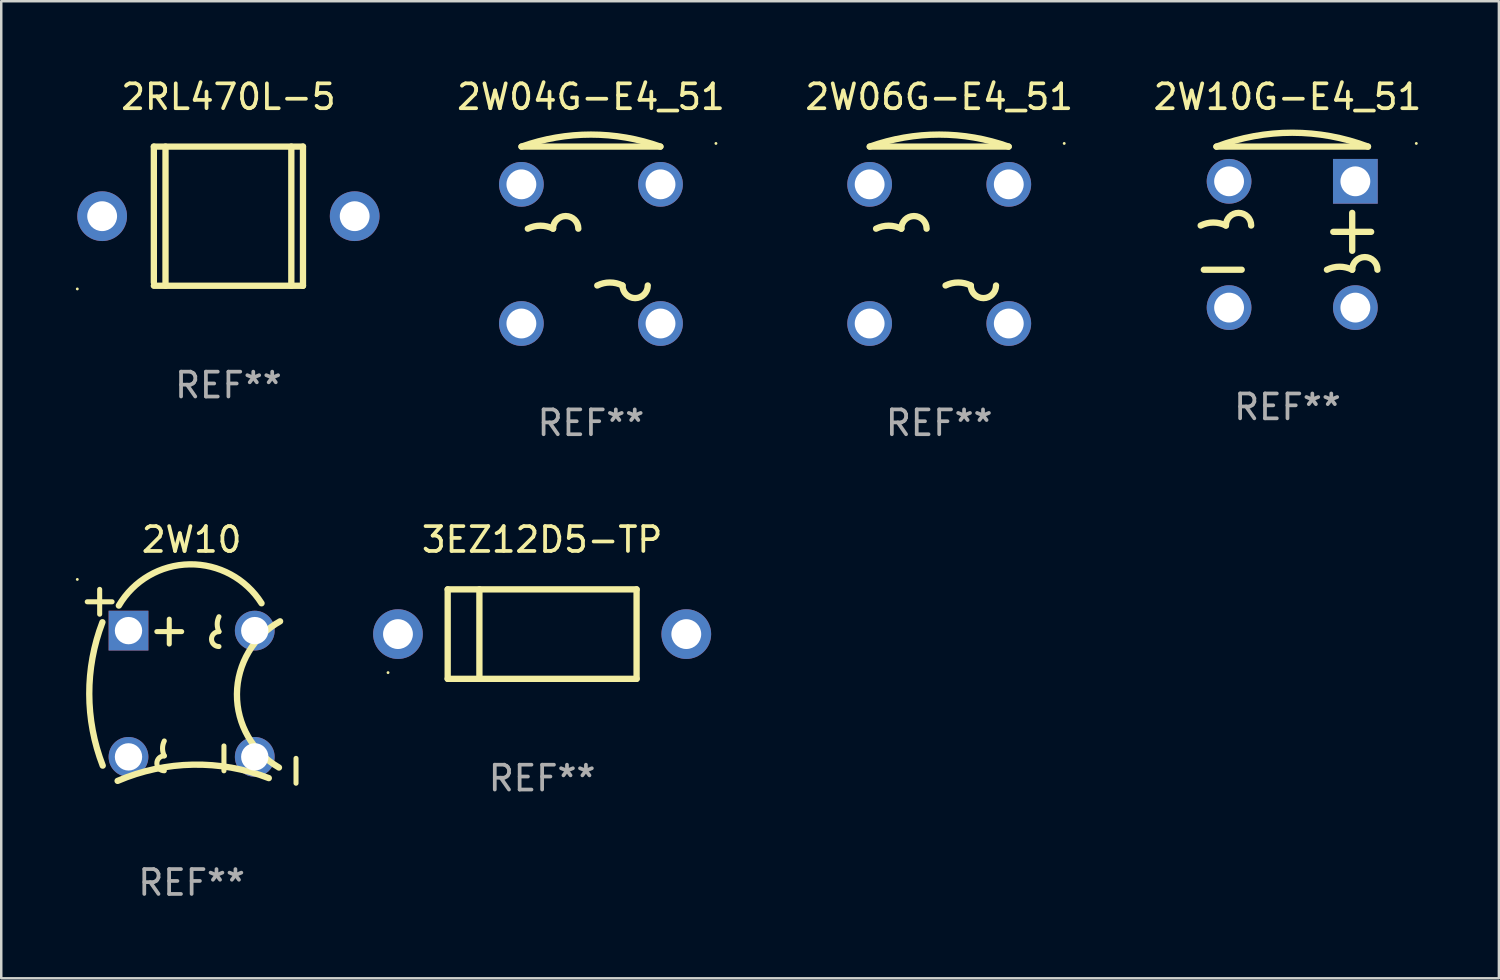
<source format=kicad_pcb>
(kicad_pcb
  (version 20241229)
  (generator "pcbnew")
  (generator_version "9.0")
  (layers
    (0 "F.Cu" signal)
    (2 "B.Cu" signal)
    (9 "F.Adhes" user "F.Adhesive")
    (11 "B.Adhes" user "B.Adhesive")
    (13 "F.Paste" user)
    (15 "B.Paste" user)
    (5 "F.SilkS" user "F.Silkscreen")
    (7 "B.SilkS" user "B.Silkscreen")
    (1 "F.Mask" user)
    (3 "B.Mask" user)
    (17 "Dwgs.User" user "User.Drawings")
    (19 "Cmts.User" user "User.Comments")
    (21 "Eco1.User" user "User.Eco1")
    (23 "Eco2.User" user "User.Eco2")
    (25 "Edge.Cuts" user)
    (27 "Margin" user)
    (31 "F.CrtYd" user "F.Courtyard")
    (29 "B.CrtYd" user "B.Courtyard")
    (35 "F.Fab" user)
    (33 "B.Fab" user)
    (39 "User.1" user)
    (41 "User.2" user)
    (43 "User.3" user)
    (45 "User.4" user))
  (footprint "2W10"
    (layer "F.Cu")
    (at 4.66 24.562)
    (property "Reference" "2W10" (at 0 -5.9 0) (layer "F.SilkS") (effects (font (size 1 1) (thickness 0.15))))
    (attr through_hole)
    (fp_line (start -4.2 -3.4) (end -3.2 -3.4) (stroke (width 0.203) (type solid)) (layer "F.SilkS"))
    (fp_line (start -3.7 -2.9) (end -3.7 -3.9) (stroke (width 0.203) (type solid)) (layer "F.SilkS"))
    (fp_line (start -1.4 -2.2) (end -0.4 -2.2) (stroke (width 0.203) (type solid)) (layer "F.SilkS"))
    (fp_line (start -0.9 -1.7) (end -0.9 -2.7) (stroke (width 0.203) (type solid)) (layer "F.SilkS"))
    (fp_line (start 1.3 3.4) (end 1.3 2.4) (stroke (width 0.203) (type solid)) (layer "F.SilkS"))
    (fp_line (start 4.2 3.9) (end 4.2 2.9) (stroke (width 0.203) (type solid)) (layer "F.SilkS"))
    (fp_arc (start -3.57714 3.191897) (mid -4.118269 0.308481) (end -3.589027 -2.57714) (stroke (width 0.254001) (type solid)) (layer "F.SilkS"))
    (fp_arc (start -2.977978 3.805817) (mid 0.052447 3.152881) (end 3.104826 3.693981) (stroke (width 0.254001) (type solid)) (layer "F.SilkS"))
    (fp_arc (start -2.928067 -3.247574) (mid -0.083614 -4.906603) (end 2.812649 -3.339776) (stroke (width 0.254001) (type solid)) (layer "F.SilkS"))
    (fp_arc (start -1.099822 2.799364) (mid -1.170547 2.499644) (end -1.099822 2.199924) (stroke (width 0.2032) (type solid)) (layer "F.SilkS"))
    (fp_arc (start -1.099822 3.398806) (mid -1.399263 3.099086) (end -1.099823 2.799366) (stroke (width 0.2032) (type solid)) (layer "F.SilkS"))
    (fp_arc (start 1.099822 -1.599924) (mid 0.800382 -1.899644) (end 1.099823 -2.199364) (stroke (width 0.2032) (type solid)) (layer "F.SilkS"))
    (fp_arc (start 1.099823 -2.199365) (mid 1.029098 -2.499085) (end 1.099822 -2.798806) (stroke (width 0.2032) (type solid)) (layer "F.SilkS"))
    (fp_arc (start 3.513868 3.268479) (mid 1.823143 0.313971) (end 3.558953 -2.614276) (stroke (width 0.254001) (type solid)) (layer "F.SilkS"))
    (fp_circle (center -4.6 -4.3) (end -4.57 -4.3) (stroke (width 0.06) (type solid)) (fill no) (layer "F.SilkS"))
    (fp_text user "REF**" (at 0 7.9 0) (layer "F.Fab") (effects (font (size 1 1) (thickness 0.15))))
    (pad "1" thru_hole rect (at -2.54 -2.24) (size 1.6 1.6) (drill 1.1) (layers "*.Cu" "*.Mask"))
    (pad "2" thru_hole circle (at -2.54 2.84) (size 1.6 1.6) (drill 1.1) (layers "*.Cu" "*.Mask"))
    (pad "3" thru_hole circle (at 2.54 2.84) (size 1.6 1.6) (drill 1.1) (layers "*.Cu" "*.Mask"))
    (pad "4" thru_hole circle (at 2.54 -2.24) (size 1.6 1.6) (drill 1.1) (layers "*.Cu" "*.Mask")))
  (footprint "2W04G-E4_51"
    (layer "F.Cu")
    (at 20.726 6.407)
    (property "Reference" "2W04G-E4_51" (at 0 -5.559 0) (layer "F.SilkS") (effects (font (size 1 1) (thickness 0.15))))
    (attr through_hole)
    (fp_line (start -2.794 -3.559) (end 2.794 -3.559) (stroke (width 0.254) (type solid)) (layer "F.SilkS"))
    (fp_arc (start -2.794006 -3.558547) (mid 0 -4.042552) (end 2.794006 -3.558547) (stroke (width 0.254001) (type solid)) (layer "F.SilkS"))
    (fp_arc (start -2.540005 -0.256541) (mid -2.032004 -0.376464) (end -1.524002 -0.256541) (stroke (width 0.254001) (type solid)) (layer "F.SilkS"))
    (fp_arc (start -1.524003 -0.256541) (mid -1.016002 -0.764542) (end -0.508001 -0.256541) (stroke (width 0.254001) (type solid)) (layer "F.SilkS"))
    (fp_arc (start 0.254001 2.029464) (mid 0.762002 1.909541) (end 1.270003 2.029464) (stroke (width 0.254001) (type solid)) (layer "F.SilkS"))
    (fp_arc (start 2.286005 2.029464) (mid 1.778004 2.537465) (end 1.270003 2.029464) (stroke (width 0.254001) (type solid)) (layer "F.SilkS"))
    (fp_circle (center 5.029 -3.686) (end 5.059 -3.686) (stroke (width 0.06) (type solid)) (fill no) (layer "F.SilkS"))
    (fp_text user "-" (at -2.032 2.537 0) (layer "B.Mask") (effects (font (size 1 1) (thickness 0.15))))
    (fp_text user "+" (at 0.762 -0.442 0) (layer "B.Mask") (effects (font (size 1 1) (thickness 0.15))))
    (fp_text user "REF**" (at 0 7.559 0) (layer "F.Fab") (effects (font (size 1 1) (thickness 0.15))))
    (pad "1" thru_hole circle (at 2.799 -2.04) (size 1.8 1.8) (drill 1.2) (layers "*.Cu" "*.Mask"))
    (pad "2" thru_hole circle (at 2.799 3.559) (size 1.8 1.8) (drill 1.2) (layers "*.Cu" "*.Mask"))
    (pad "3" thru_hole circle (at -2.799 3.559) (size 1.8 1.8) (drill 1.2) (layers "*.Cu" "*.Mask"))
    (pad "4" thru_hole circle (at -2.799 -2.04) (size 1.8 1.8) (drill 1.2) (layers "*.Cu" "*.Mask")))
  (footprint "2W10G-E4_51"
    (layer "F.Cu")
    (at 48.75 6.087)
    (property "Reference" "2W10G-E4_51" (at 0 -5.239 0) (layer "F.SilkS") (effects (font (size 1 1) (thickness 0.15))))
    (attr through_hole)
    (fp_line (start -3.366 1.715) (end -1.842 1.715) (stroke (width 0.254) (type solid)) (layer "F.SilkS"))
    (fp_line (start -2.858 -3.239) (end 3.239 -3.239) (stroke (width 0.254) (type solid)) (layer "F.SilkS"))
    (fp_line (start 1.842 0.191) (end 3.366 0.191) (stroke (width 0.254) (type solid)) (layer "F.SilkS"))
    (fp_line (start 2.604 0.953) (end 2.604 -0.572) (stroke (width 0.254) (type solid)) (layer "F.SilkS"))
    (fp_arc (start -3.492507 -0.0635) (mid -2.984506 -0.183423) (end -2.476505 -0.0635) (stroke (width 0.254001) (type solid)) (layer "F.SilkS"))
    (fp_arc (start -2.857506 -3.238506) (mid 0.1905 -3.79683) (end 3.238506 -3.238506) (stroke (width 0.254001) (type solid)) (layer "F.SilkS"))
    (fp_arc (start -2.476505 -0.0635) (mid -1.968504 -0.571501) (end -1.460503 -0.0635) (stroke (width 0.254001) (type solid)) (layer "F.SilkS"))
    (fp_arc (start 1.587503 1.714503) (mid 2.095504 1.59458) (end 2.603505 1.714503) (stroke (width 0.254001) (type solid)) (layer "F.SilkS"))
    (fp_arc (start 2.603505 1.714503) (mid 3.111506 1.206502) (end 3.619507 1.714503) (stroke (width 0.254001) (type solid)) (layer "F.SilkS"))
    (fp_circle (center 5.183 -3.366) (end 5.213 -3.366) (stroke (width 0.06) (type solid)) (fill no) (layer "F.SilkS"))
    (fp_text user "REF**" (at 0 7.239 0) (layer "F.Fab") (effects (font (size 1 1) (thickness 0.15))))
    (pad "1" thru_hole rect (at 2.731 -1.842) (size 1.8 1.8) (drill 1.2) (layers "*.Cu" "*.Mask"))
    (pad "2" thru_hole circle (at 2.731 3.239) (size 1.8 1.8) (drill 1.2) (layers "*.Cu" "*.Mask"))
    (pad "3" thru_hole circle (at -2.35 3.239) (size 1.8 1.8) (drill 1.2) (layers "*.Cu" "*.Mask"))
    (pad "4" thru_hole circle (at -2.35 -1.842) (size 1.8 1.8) (drill 1.2) (layers "*.Cu" "*.Mask")))
  (footprint "2W06G-E4_51"
    (layer "F.Cu")
    (at 34.738 6.407)
    (property "Reference" "2W06G-E4_51" (at 0 -5.559 0) (layer "F.SilkS") (effects (font (size 1 1) (thickness 0.15))))
    (attr through_hole)
    (fp_line (start -2.794 -3.559) (end 2.794 -3.559) (stroke (width 0.254) (type solid)) (layer "F.SilkS"))
    (fp_arc (start -2.794006 -3.558547) (mid 0 -4.042552) (end 2.794006 -3.558547) (stroke (width 0.254001) (type solid)) (layer "F.SilkS"))
    (fp_arc (start -2.540005 -0.256541) (mid -2.032004 -0.376464) (end -1.524002 -0.256541) (stroke (width 0.254001) (type solid)) (layer "F.SilkS"))
    (fp_arc (start -1.524003 -0.256541) (mid -1.016002 -0.764542) (end -0.508001 -0.256541) (stroke (width 0.254001) (type solid)) (layer "F.SilkS"))
    (fp_arc (start 0.254001 2.029464) (mid 0.762002 1.909541) (end 1.270003 2.029464) (stroke (width 0.254001) (type solid)) (layer "F.SilkS"))
    (fp_arc (start 2.286005 2.029464) (mid 1.778004 2.537465) (end 1.270003 2.029464) (stroke (width 0.254001) (type solid)) (layer "F.SilkS"))
    (fp_circle (center 5.029 -3.686) (end 5.059 -3.686) (stroke (width 0.06) (type solid)) (fill no) (layer "F.SilkS"))
    (fp_text user "+" (at 0.762 -0.442 0) (layer "B.Mask") (effects (font (size 1 1) (thickness 0.15))))
    (fp_text user "-" (at -2.032 2.537 0) (layer "B.Mask") (effects (font (size 1 1) (thickness 0.15))))
    (fp_text user "REF**" (at 0 7.559 0) (layer "F.Fab") (effects (font (size 1 1) (thickness 0.15))))
    (pad "1" thru_hole circle (at 2.799 -2.04) (size 1.8 1.8) (drill 1.2) (layers "*.Cu" "*.Mask"))
    (pad "2" thru_hole circle (at 2.799 3.559) (size 1.8 1.8) (drill 1.2) (layers "*.Cu" "*.Mask"))
    (pad "3" thru_hole circle (at -2.799 3.559) (size 1.8 1.8) (drill 1.2) (layers "*.Cu" "*.Mask"))
    (pad "4" thru_hole circle (at -2.799 -2.04) (size 1.8 1.8) (drill 1.2) (layers "*.Cu" "*.Mask")))
  (footprint "2RL470L-5"
    (layer "F.Cu")
    (at 6.14 5.648)
    (property "Reference" "2RL470L-5" (at 0 -4.8 0) (layer "F.SilkS") (effects (font (size 1 1) (thickness 0.15))))
    (attr through_hole)
    (fp_line (start -3 -2.8) (end -3 2.667) (stroke (width 0.254) (type solid)) (layer "F.SilkS"))
    (fp_line (start -3 -2.8) (end 3 -2.8) (stroke (width 0.254) (type solid)) (layer "F.SilkS"))
    (fp_line (start -3 2.8) (end 3 2.8) (stroke (width 0.254) (type solid)) (layer "F.SilkS"))
    (fp_line (start -2.531 -2.8) (end -2.531 2.8) (stroke (width 0.254) (type solid)) (layer "F.SilkS"))
    (fp_line (start 2.531 -2.8) (end 2.531 2.8) (stroke (width 0.254) (type solid)) (layer "F.SilkS"))
    (fp_line (start 3 -2.8) (end 3 2.8) (stroke (width 0.254) (type solid)) (layer "F.SilkS"))
    (fp_circle (center -6.08 2.927) (end -6.05 2.927) (stroke (width 0.06) (type solid)) (fill no) (layer "F.SilkS"))
    (fp_text user "REF**" (at 0 6.8 0) (layer "F.Fab") (effects (font (size 1 1) (thickness 0.15))))
    (pad "1" thru_hole circle (at -5.08 0) (size 2 2) (drill 1.2) (layers "*.Cu" "*.Mask"))
    (pad "2" thru_hole circle (at 5.08 0) (size 2 2) (drill 1.2) (layers "*.Cu" "*.Mask")))
  (footprint "3EZ12D5-TP"
    (layer "F.Cu")
    (at 18.762 22.462)
    (property "Reference" "3EZ12D5-TP" (at 0 -3.8 0) (layer "F.SilkS") (effects (font (size 1 1) (thickness 0.15))))
    (attr through_hole)
    (fp_line (start -3.8 -1.8) (end -3.8 1.8) (stroke (width 0.254) (type solid)) (layer "F.SilkS"))
    (fp_line (start -3.8 -1.8) (end 3.8 -1.8) (stroke (width 0.254) (type solid)) (layer "F.SilkS"))
    (fp_line (start -3.8 1.8) (end 3.8 1.8) (stroke (width 0.254) (type solid)) (layer "F.SilkS"))
    (fp_line (start -2.524 -1.8) (end -2.524 1.8) (stroke (width 0.254) (type solid)) (layer "F.SilkS"))
    (fp_line (start 3.8 -1.8) (end 3.8 1.8) (stroke (width 0.254) (type solid)) (layer "F.SilkS"))
    (fp_circle (center -6.2 1.55) (end -6.17 1.55) (stroke (width 0.06) (type solid)) (fill no) (layer "F.SilkS"))
    (fp_text user "REF**" (at 0 5.8 0) (layer "F.Fab") (effects (font (size 1 1) (thickness 0.15))))
    (pad "1" thru_hole circle (at -5.8 0) (size 2 2) (drill 1.2) (layers "*.Cu" "*.Mask"))
    (pad "2" thru_hole circle (at 5.8 0) (size 2 2) (drill 1.2) (layers "*.Cu" "*.Mask")))
  (gr_rect
    (start -3 -3)
    (end 57.256 36.31)
    (stroke (width 0.1) (type default))
    (fill no)
    (layer "Edge.Cuts")))
</source>
